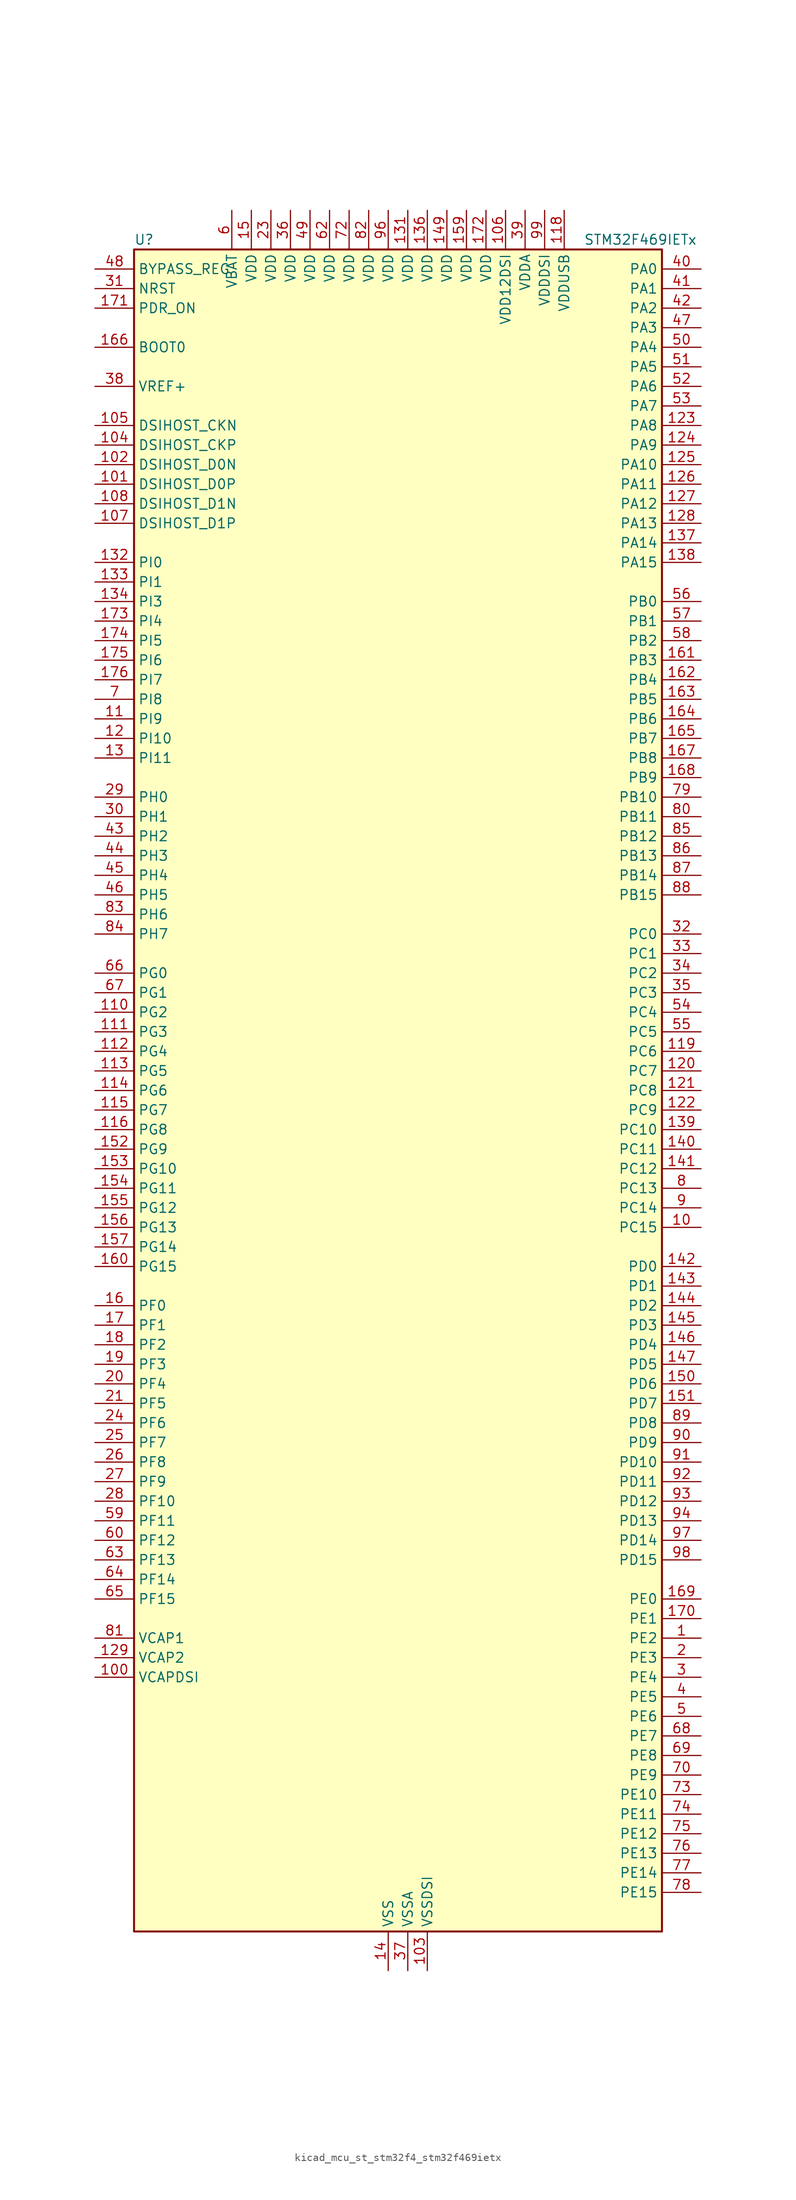
<source format=kicad_sym>
(kicad_symbol_lib
  (version 20220914)
  (generator kicad_symbol_editor)
  (symbol "kicad_mcu_st_stm32f4_stm32f469ietx"
    (property "Reference" "U"
      (at -33.02 110.49 0)
      (effects (font (size 1.27 1.27)) (justify left)))
    (property "Value" "STM32F469IETx"
      (at 25.4 110.49 0)
      (effects (font (size 1.27 1.27)) (justify left)))
    (property "ki_locked" ""
      (at 0 0 0)
      (effects (font (size 1.27 1.27))))
    (symbol "kicad_mcu_st_stm32f4_stm32f469ietx_0_1"
      (rectangle (start -33.02 -109.22) (end 35.56 109.22) (stroke (width 0.254) (type default)) (fill (type background))))
    (symbol "kicad_mcu_st_stm32f4_stm32f469ietx_1_1"
      (pin bidirectional line (at 40.64 -71.12 180) (length 5.08) (name "PE2" (effects (font (size 1.27 1.27)))) (number "1" (effects (font (size 1.27 1.27)))) (alternate "ETH_TXD3" bidirectional line) (alternate "FMC_A23" bidirectional line) (alternate "QUADSPI_BK1_IO2" bidirectional line) (alternate "SAI1_MCLK_A" bidirectional line) (alternate "SPI4_SCK" bidirectional line) (alternate "SYS_TRACECLK" bidirectional line))
      (pin bidirectional line (at 40.64 -17.78 180) (length 5.08) (name "PC15" (effects (font (size 1.27 1.27)))) (number "10" (effects (font (size 1.27 1.27)))) (alternate "ADC1_EXTI15" bidirectional line) (alternate "ADC2_EXTI15" bidirectional line) (alternate "ADC3_EXTI15" bidirectional line) (alternate "RCC_OSC32_OUT" bidirectional line))
      (pin power_out line (at -38.1 -76.2 0) (length 5.08) (name "VCAPDSI" (effects (font (size 1.27 1.27)))) (number "100" (effects (font (size 1.27 1.27)))))
      (pin bidirectional line (at -38.1 78.74 0) (length 5.08) (name "DSIHOST_D0P" (effects (font (size 1.27 1.27)))) (number "101" (effects (font (size 1.27 1.27)))) (alternate "DSIHOST_D0P" bidirectional line))
      (pin bidirectional line (at -38.1 81.28 0) (length 5.08) (name "DSIHOST_D0N" (effects (font (size 1.27 1.27)))) (number "102" (effects (font (size 1.27 1.27)))) (alternate "DSIHOST_D0N" bidirectional line))
      (pin power_in line (at 5.08 -114.3 90) (length 5.08) (name "VSSDSI" (effects (font (size 1.27 1.27)))) (number "103" (effects (font (size 1.27 1.27)))))
      (pin bidirectional line (at -38.1 83.82 0) (length 5.08) (name "DSIHOST_CKP" (effects (font (size 1.27 1.27)))) (number "104" (effects (font (size 1.27 1.27)))) (alternate "DSIHOST_CKP" bidirectional line))
      (pin bidirectional line (at -38.1 86.36 0) (length 5.08) (name "DSIHOST_CKN" (effects (font (size 1.27 1.27)))) (number "105" (effects (font (size 1.27 1.27)))) (alternate "DSIHOST_CKN" bidirectional line))
      (pin power_in line (at 15.24 114.3 270) (length 5.08) (name "VDD12DSI" (effects (font (size 1.27 1.27)))) (number "106" (effects (font (size 1.27 1.27)))))
      (pin bidirectional line (at -38.1 73.66 0) (length 5.08) (name "DSIHOST_D1P" (effects (font (size 1.27 1.27)))) (number "107" (effects (font (size 1.27 1.27)))) (alternate "DSIHOST_D1P" bidirectional line))
      (pin bidirectional line (at -38.1 76.2 0) (length 5.08) (name "DSIHOST_D1N" (effects (font (size 1.27 1.27)))) (number "108" (effects (font (size 1.27 1.27)))) (alternate "DSIHOST_D1N" bidirectional line))
      (pin passive line (at 5.08 -114.3 90) (length 5.08) hide (name "VSSDSI" (effects (font (size 1.27 1.27)))) (number "109" (effects (font (size 1.27 1.27)))))
      (pin bidirectional line (at -38.1 48.26 0) (length 5.08) (name "PI9" (effects (font (size 1.27 1.27)))) (number "11" (effects (font (size 1.27 1.27)))) (alternate "CAN1_RX" bidirectional line) (alternate "DAC_EXTI9" bidirectional line) (alternate "FMC_D30" bidirectional line) (alternate "LTDC_VSYNC" bidirectional line))
      (pin bidirectional line (at -38.1 10.16 0) (length 5.08) (name "PG2" (effects (font (size 1.27 1.27)))) (number "110" (effects (font (size 1.27 1.27)))) (alternate "FMC_A12" bidirectional line))
      (pin bidirectional line (at -38.1 7.62 0) (length 5.08) (name "PG3" (effects (font (size 1.27 1.27)))) (number "111" (effects (font (size 1.27 1.27)))) (alternate "FMC_A13" bidirectional line))
      (pin bidirectional line (at -38.1 5.08 0) (length 5.08) (name "PG4" (effects (font (size 1.27 1.27)))) (number "112" (effects (font (size 1.27 1.27)))) (alternate "FMC_A14" bidirectional line) (alternate "FMC_BA0" bidirectional line))
      (pin bidirectional line (at -38.1 2.54 0) (length 5.08) (name "PG5" (effects (font (size 1.27 1.27)))) (number "113" (effects (font (size 1.27 1.27)))) (alternate "FMC_A15" bidirectional line) (alternate "FMC_BA1" bidirectional line))
      (pin bidirectional line (at -38.1 0 0) (length 5.08) (name "PG6" (effects (font (size 1.27 1.27)))) (number "114" (effects (font (size 1.27 1.27)))) (alternate "DCMI_D12" bidirectional line) (alternate "LTDC_R7" bidirectional line))
      (pin bidirectional line (at -38.1 -2.54 0) (length 5.08) (name "PG7" (effects (font (size 1.27 1.27)))) (number "115" (effects (font (size 1.27 1.27)))) (alternate "DCMI_D13" bidirectional line) (alternate "FMC_INT" bidirectional line) (alternate "LTDC_CLK" bidirectional line) (alternate "SAI1_MCLK_A" bidirectional line) (alternate "USART6_CK" bidirectional line))
      (pin bidirectional line (at -38.1 -5.08 0) (length 5.08) (name "PG8" (effects (font (size 1.27 1.27)))) (number "116" (effects (font (size 1.27 1.27)))) (alternate "ETH_PPS_OUT" bidirectional line) (alternate "FMC_SDCLK" bidirectional line) (alternate "LTDC_G7" bidirectional line) (alternate "SPI6_NSS" bidirectional line) (alternate "USART6_RTS" bidirectional line))
      (pin passive line (at 0 -114.3 90) (length 5.08) hide (name "VSS" (effects (font (size 1.27 1.27)))) (number "117" (effects (font (size 1.27 1.27)))))
      (pin power_in line (at 22.86 114.3 270) (length 5.08) (name "VDDUSB" (effects (font (size 1.27 1.27)))) (number "118" (effects (font (size 1.27 1.27)))))
      (pin bidirectional line (at 40.64 5.08 180) (length 5.08) (name "PC6" (effects (font (size 1.27 1.27)))) (number "119" (effects (font (size 1.27 1.27)))) (alternate "DCMI_D0" bidirectional line) (alternate "I2S2_MCK" bidirectional line) (alternate "LTDC_HSYNC" bidirectional line) (alternate "SDIO_D6" bidirectional line) (alternate "TIM3_CH1" bidirectional line) (alternate "TIM8_CH1" bidirectional line) (alternate "USART6_TX" bidirectional line))
      (pin bidirectional line (at -38.1 45.72 0) (length 5.08) (name "PI10" (effects (font (size 1.27 1.27)))) (number "12" (effects (font (size 1.27 1.27)))) (alternate "ETH_RX_ER" bidirectional line) (alternate "FMC_D31" bidirectional line) (alternate "LTDC_HSYNC" bidirectional line))
      (pin bidirectional line (at 40.64 2.54 180) (length 5.08) (name "PC7" (effects (font (size 1.27 1.27)))) (number "120" (effects (font (size 1.27 1.27)))) (alternate "DCMI_D1" bidirectional line) (alternate "I2S3_MCK" bidirectional line) (alternate "LTDC_G6" bidirectional line) (alternate "SDIO_D7" bidirectional line) (alternate "TIM3_CH2" bidirectional line) (alternate "TIM8_CH2" bidirectional line) (alternate "USART6_RX" bidirectional line))
      (pin bidirectional line (at 40.64 0 180) (length 5.08) (name "PC8" (effects (font (size 1.27 1.27)))) (number "121" (effects (font (size 1.27 1.27)))) (alternate "DCMI_D2" bidirectional line) (alternate "SDIO_D0" bidirectional line) (alternate "SYS_TRACED1" bidirectional line) (alternate "TIM3_CH3" bidirectional line) (alternate "TIM8_CH3" bidirectional line) (alternate "USART6_CK" bidirectional line))
      (pin bidirectional line (at 40.64 -2.54 180) (length 5.08) (name "PC9" (effects (font (size 1.27 1.27)))) (number "122" (effects (font (size 1.27 1.27)))) (alternate "DAC_EXTI9" bidirectional line) (alternate "DCMI_D3" bidirectional line) (alternate "I2C3_SDA" bidirectional line) (alternate "I2S_CKIN" bidirectional line) (alternate "QUADSPI_BK1_IO0" bidirectional line) (alternate "RCC_MCO_2" bidirectional line) (alternate "SDIO_D1" bidirectional line) (alternate "TIM3_CH4" bidirectional line) (alternate "TIM8_CH4" bidirectional line))
      (pin bidirectional line (at 40.64 86.36 180) (length 5.08) (name "PA8" (effects (font (size 1.27 1.27)))) (number "123" (effects (font (size 1.27 1.27)))) (alternate "I2C3_SCL" bidirectional line) (alternate "LTDC_R6" bidirectional line) (alternate "RCC_MCO_1" bidirectional line) (alternate "TIM1_CH1" bidirectional line) (alternate "USART1_CK" bidirectional line) (alternate "USB_OTG_FS_SOF" bidirectional line))
      (pin bidirectional line (at 40.64 83.82 180) (length 5.08) (name "PA9" (effects (font (size 1.27 1.27)))) (number "124" (effects (font (size 1.27 1.27)))) (alternate "DAC_EXTI9" bidirectional line) (alternate "DCMI_D0" bidirectional line) (alternate "I2C3_SMBA" bidirectional line) (alternate "I2S2_CK" bidirectional line) (alternate "SPI2_SCK" bidirectional line) (alternate "TIM1_CH2" bidirectional line) (alternate "USART1_TX" bidirectional line) (alternate "USB_OTG_FS_VBUS" bidirectional line))
      (pin bidirectional line (at 40.64 81.28 180) (length 5.08) (name "PA10" (effects (font (size 1.27 1.27)))) (number "125" (effects (font (size 1.27 1.27)))) (alternate "DCMI_D1" bidirectional line) (alternate "TIM1_CH3" bidirectional line) (alternate "USART1_RX" bidirectional line) (alternate "USB_OTG_FS_ID" bidirectional line))
      (pin bidirectional line (at 40.64 78.74 180) (length 5.08) (name "PA11" (effects (font (size 1.27 1.27)))) (number "126" (effects (font (size 1.27 1.27)))) (alternate "ADC1_EXTI11" bidirectional line) (alternate "ADC2_EXTI11" bidirectional line) (alternate "ADC3_EXTI11" bidirectional line) (alternate "CAN1_RX" bidirectional line) (alternate "LTDC_R4" bidirectional line) (alternate "TIM1_CH4" bidirectional line) (alternate "USART1_CTS" bidirectional line) (alternate "USB_OTG_FS_DM" bidirectional line))
      (pin bidirectional line (at 40.64 76.2 180) (length 5.08) (name "PA12" (effects (font (size 1.27 1.27)))) (number "127" (effects (font (size 1.27 1.27)))) (alternate "CAN1_TX" bidirectional line) (alternate "LTDC_R5" bidirectional line) (alternate "TIM1_ETR" bidirectional line) (alternate "USART1_RTS" bidirectional line) (alternate "USB_OTG_FS_DP" bidirectional line))
      (pin bidirectional line (at 40.64 73.66 180) (length 5.08) (name "PA13" (effects (font (size 1.27 1.27)))) (number "128" (effects (font (size 1.27 1.27)))) (alternate "SYS_JTMS-SWDIO" bidirectional line))
      (pin power_out line (at -38.1 -73.66 0) (length 5.08) (name "VCAP2" (effects (font (size 1.27 1.27)))) (number "129" (effects (font (size 1.27 1.27)))))
      (pin bidirectional line (at -38.1 43.18 0) (length 5.08) (name "PI11" (effects (font (size 1.27 1.27)))) (number "13" (effects (font (size 1.27 1.27)))) (alternate "ADC1_EXTI11" bidirectional line) (alternate "ADC2_EXTI11" bidirectional line) (alternate "ADC3_EXTI11" bidirectional line) (alternate "LTDC_G6" bidirectional line) (alternate "USB_OTG_HS_ULPI_DIR" bidirectional line))
      (pin passive line (at 0 -114.3 90) (length 5.08) hide (name "VSS" (effects (font (size 1.27 1.27)))) (number "130" (effects (font (size 1.27 1.27)))))
      (pin power_in line (at 2.54 114.3 270) (length 5.08) (name "VDD" (effects (font (size 1.27 1.27)))) (number "131" (effects (font (size 1.27 1.27)))))
      (pin bidirectional line (at -38.1 68.58 0) (length 5.08) (name "PI0" (effects (font (size 1.27 1.27)))) (number "132" (effects (font (size 1.27 1.27)))) (alternate "DCMI_D13" bidirectional line) (alternate "FMC_D24" bidirectional line) (alternate "I2S2_WS" bidirectional line) (alternate "LTDC_G5" bidirectional line) (alternate "SPI2_NSS" bidirectional line) (alternate "TIM5_CH4" bidirectional line))
      (pin bidirectional line (at -38.1 66.04 0) (length 5.08) (name "PI1" (effects (font (size 1.27 1.27)))) (number "133" (effects (font (size 1.27 1.27)))) (alternate "DCMI_D8" bidirectional line) (alternate "FMC_D25" bidirectional line) (alternate "I2S2_CK" bidirectional line) (alternate "LTDC_G6" bidirectional line) (alternate "SPI2_SCK" bidirectional line))
      (pin bidirectional line (at -38.1 63.5 0) (length 5.08) (name "PI3" (effects (font (size 1.27 1.27)))) (number "134" (effects (font (size 1.27 1.27)))) (alternate "DCMI_D10" bidirectional line) (alternate "FMC_D27" bidirectional line) (alternate "I2S2_SD" bidirectional line) (alternate "SPI2_MOSI" bidirectional line) (alternate "TIM8_ETR" bidirectional line))
      (pin passive line (at 0 -114.3 90) (length 5.08) hide (name "VSS" (effects (font (size 1.27 1.27)))) (number "135" (effects (font (size 1.27 1.27)))))
      (pin power_in line (at 5.08 114.3 270) (length 5.08) (name "VDD" (effects (font (size 1.27 1.27)))) (number "136" (effects (font (size 1.27 1.27)))))
      (pin bidirectional line (at 40.64 71.12 180) (length 5.08) (name "PA14" (effects (font (size 1.27 1.27)))) (number "137" (effects (font (size 1.27 1.27)))) (alternate "SYS_JTCK-SWCLK" bidirectional line))
      (pin bidirectional line (at 40.64 68.58 180) (length 5.08) (name "PA15" (effects (font (size 1.27 1.27)))) (number "138" (effects (font (size 1.27 1.27)))) (alternate "ADC1_EXTI15" bidirectional line) (alternate "ADC2_EXTI15" bidirectional line) (alternate "ADC3_EXTI15" bidirectional line) (alternate "I2S3_WS" bidirectional line) (alternate "SPI1_NSS" bidirectional line) (alternate "SPI3_NSS" bidirectional line) (alternate "SYS_JTDI" bidirectional line) (alternate "TIM2_CH1" bidirectional line) (alternate "TIM2_ETR" bidirectional line))
      (pin bidirectional line (at 40.64 -5.08 180) (length 5.08) (name "PC10" (effects (font (size 1.27 1.27)))) (number "139" (effects (font (size 1.27 1.27)))) (alternate "DCMI_D8" bidirectional line) (alternate "I2S3_CK" bidirectional line) (alternate "LTDC_R2" bidirectional line) (alternate "QUADSPI_BK1_IO1" bidirectional line) (alternate "SDIO_D2" bidirectional line) (alternate "SPI3_SCK" bidirectional line) (alternate "UART4_TX" bidirectional line) (alternate "USART3_TX" bidirectional line))
      (pin power_in line (at 0 -114.3 90) (length 5.08) (name "VSS" (effects (font (size 1.27 1.27)))) (number "14" (effects (font (size 1.27 1.27)))))
      (pin bidirectional line (at 40.64 -7.62 180) (length 5.08) (name "PC11" (effects (font (size 1.27 1.27)))) (number "140" (effects (font (size 1.27 1.27)))) (alternate "ADC1_EXTI11" bidirectional line) (alternate "ADC2_EXTI11" bidirectional line) (alternate "ADC3_EXTI11" bidirectional line) (alternate "DCMI_D4" bidirectional line) (alternate "I2S3_ext_SD" bidirectional line) (alternate "QUADSPI_BK2_NCS" bidirectional line) (alternate "SDIO_D3" bidirectional line) (alternate "SPI3_MISO" bidirectional line) (alternate "UART4_RX" bidirectional line) (alternate "USART3_RX" bidirectional line))
      (pin bidirectional line (at 40.64 -10.16 180) (length 5.08) (name "PC12" (effects (font (size 1.27 1.27)))) (number "141" (effects (font (size 1.27 1.27)))) (alternate "DCMI_D9" bidirectional line) (alternate "I2S3_SD" bidirectional line) (alternate "SDIO_CK" bidirectional line) (alternate "SPI3_MOSI" bidirectional line) (alternate "SYS_TRACED3" bidirectional line) (alternate "UART5_TX" bidirectional line) (alternate "USART3_CK" bidirectional line))
      (pin bidirectional line (at 40.64 -22.86 180) (length 5.08) (name "PD0" (effects (font (size 1.27 1.27)))) (number "142" (effects (font (size 1.27 1.27)))) (alternate "CAN1_RX" bidirectional line) (alternate "FMC_D2" bidirectional line) (alternate "FMC_DA2" bidirectional line))
      (pin bidirectional line (at 40.64 -25.4 180) (length 5.08) (name "PD1" (effects (font (size 1.27 1.27)))) (number "143" (effects (font (size 1.27 1.27)))) (alternate "CAN1_TX" bidirectional line) (alternate "FMC_D3" bidirectional line) (alternate "FMC_DA3" bidirectional line))
      (pin bidirectional line (at 40.64 -27.94 180) (length 5.08) (name "PD2" (effects (font (size 1.27 1.27)))) (number "144" (effects (font (size 1.27 1.27)))) (alternate "DCMI_D11" bidirectional line) (alternate "SDIO_CMD" bidirectional line) (alternate "SYS_TRACED2" bidirectional line) (alternate "TIM3_ETR" bidirectional line) (alternate "UART5_RX" bidirectional line))
      (pin bidirectional line (at 40.64 -30.48 180) (length 5.08) (name "PD3" (effects (font (size 1.27 1.27)))) (number "145" (effects (font (size 1.27 1.27)))) (alternate "DCMI_D5" bidirectional line) (alternate "FMC_CLK" bidirectional line) (alternate "I2S2_CK" bidirectional line) (alternate "LTDC_G7" bidirectional line) (alternate "SPI2_SCK" bidirectional line) (alternate "USART2_CTS" bidirectional line))
      (pin bidirectional line (at 40.64 -33.02 180) (length 5.08) (name "PD4" (effects (font (size 1.27 1.27)))) (number "146" (effects (font (size 1.27 1.27)))) (alternate "FMC_NOE" bidirectional line) (alternate "USART2_RTS" bidirectional line))
      (pin bidirectional line (at 40.64 -35.56 180) (length 5.08) (name "PD5" (effects (font (size 1.27 1.27)))) (number "147" (effects (font (size 1.27 1.27)))) (alternate "FMC_NWE" bidirectional line) (alternate "USART2_TX" bidirectional line))
      (pin passive line (at 0 -114.3 90) (length 5.08) hide (name "VSS" (effects (font (size 1.27 1.27)))) (number "148" (effects (font (size 1.27 1.27)))))
      (pin power_in line (at 7.62 114.3 270) (length 5.08) (name "VDD" (effects (font (size 1.27 1.27)))) (number "149" (effects (font (size 1.27 1.27)))))
      (pin power_in line (at -17.78 114.3 270) (length 5.08) (name "VDD" (effects (font (size 1.27 1.27)))) (number "15" (effects (font (size 1.27 1.27)))))
      (pin bidirectional line (at 40.64 -38.1 180) (length 5.08) (name "PD6" (effects (font (size 1.27 1.27)))) (number "150" (effects (font (size 1.27 1.27)))) (alternate "DCMI_D10" bidirectional line) (alternate "FMC_NWAIT" bidirectional line) (alternate "I2S3_SD" bidirectional line) (alternate "LTDC_B2" bidirectional line) (alternate "SAI1_SD_A" bidirectional line) (alternate "SPI3_MOSI" bidirectional line) (alternate "USART2_RX" bidirectional line))
      (pin bidirectional line (at 40.64 -40.64 180) (length 5.08) (name "PD7" (effects (font (size 1.27 1.27)))) (number "151" (effects (font (size 1.27 1.27)))) (alternate "FMC_NE1" bidirectional line) (alternate "USART2_CK" bidirectional line))
      (pin bidirectional line (at -38.1 -7.62 0) (length 5.08) (name "PG9" (effects (font (size 1.27 1.27)))) (number "152" (effects (font (size 1.27 1.27)))) (alternate "DAC_EXTI9" bidirectional line) (alternate "DCMI_VSYNC" bidirectional line) (alternate "FMC_NCE" bidirectional line) (alternate "FMC_NE2" bidirectional line) (alternate "QUADSPI_BK2_IO2" bidirectional line) (alternate "USART6_RX" bidirectional line))
      (pin bidirectional line (at -38.1 -10.16 0) (length 5.08) (name "PG10" (effects (font (size 1.27 1.27)))) (number "153" (effects (font (size 1.27 1.27)))) (alternate "DCMI_D2" bidirectional line) (alternate "FMC_NE3" bidirectional line) (alternate "LTDC_B2" bidirectional line) (alternate "LTDC_G3" bidirectional line))
      (pin bidirectional line (at -38.1 -12.7 0) (length 5.08) (name "PG11" (effects (font (size 1.27 1.27)))) (number "154" (effects (font (size 1.27 1.27)))) (alternate "ADC1_EXTI11" bidirectional line) (alternate "ADC2_EXTI11" bidirectional line) (alternate "ADC3_EXTI11" bidirectional line) (alternate "DCMI_D3" bidirectional line) (alternate "ETH_TX_EN" bidirectional line) (alternate "LTDC_B3" bidirectional line))
      (pin bidirectional line (at -38.1 -15.24 0) (length 5.08) (name "PG12" (effects (font (size 1.27 1.27)))) (number "155" (effects (font (size 1.27 1.27)))) (alternate "FMC_NE4" bidirectional line) (alternate "LTDC_B1" bidirectional line) (alternate "LTDC_B4" bidirectional line) (alternate "SPI6_MISO" bidirectional line) (alternate "USART6_RTS" bidirectional line))
      (pin bidirectional line (at -38.1 -17.78 0) (length 5.08) (name "PG13" (effects (font (size 1.27 1.27)))) (number "156" (effects (font (size 1.27 1.27)))) (alternate "ETH_TXD0" bidirectional line) (alternate "FMC_A24" bidirectional line) (alternate "LTDC_R0" bidirectional line) (alternate "SPI6_SCK" bidirectional line) (alternate "SYS_TRACED0" bidirectional line) (alternate "USART6_CTS" bidirectional line))
      (pin bidirectional line (at -38.1 -20.32 0) (length 5.08) (name "PG14" (effects (font (size 1.27 1.27)))) (number "157" (effects (font (size 1.27 1.27)))) (alternate "ETH_TXD1" bidirectional line) (alternate "FMC_A25" bidirectional line) (alternate "LTDC_B0" bidirectional line) (alternate "QUADSPI_BK2_IO3" bidirectional line) (alternate "SPI6_MOSI" bidirectional line) (alternate "SYS_TRACED1" bidirectional line) (alternate "USART6_TX" bidirectional line))
      (pin passive line (at 0 -114.3 90) (length 5.08) hide (name "VSS" (effects (font (size 1.27 1.27)))) (number "158" (effects (font (size 1.27 1.27)))))
      (pin power_in line (at 10.16 114.3 270) (length 5.08) (name "VDD" (effects (font (size 1.27 1.27)))) (number "159" (effects (font (size 1.27 1.27)))))
      (pin bidirectional line (at -38.1 -27.94 0) (length 5.08) (name "PF0" (effects (font (size 1.27 1.27)))) (number "16" (effects (font (size 1.27 1.27)))) (alternate "FMC_A0" bidirectional line) (alternate "I2C2_SDA" bidirectional line))
      (pin bidirectional line (at -38.1 -22.86 0) (length 5.08) (name "PG15" (effects (font (size 1.27 1.27)))) (number "160" (effects (font (size 1.27 1.27)))) (alternate "ADC1_EXTI15" bidirectional line) (alternate "ADC2_EXTI15" bidirectional line) (alternate "ADC3_EXTI15" bidirectional line) (alternate "DCMI_D13" bidirectional line) (alternate "FMC_SDNCAS" bidirectional line) (alternate "USART6_CTS" bidirectional line))
      (pin bidirectional line (at 40.64 55.88 180) (length 5.08) (name "PB3" (effects (font (size 1.27 1.27)))) (number "161" (effects (font (size 1.27 1.27)))) (alternate "I2S3_CK" bidirectional line) (alternate "SPI1_SCK" bidirectional line) (alternate "SPI3_SCK" bidirectional line) (alternate "SYS_JTDO-SWO" bidirectional line) (alternate "TIM2_CH2" bidirectional line))
      (pin bidirectional line (at 40.64 53.34 180) (length 5.08) (name "PB4" (effects (font (size 1.27 1.27)))) (number "162" (effects (font (size 1.27 1.27)))) (alternate "I2S3_ext_SD" bidirectional line) (alternate "SPI1_MISO" bidirectional line) (alternate "SPI3_MISO" bidirectional line) (alternate "SYS_JTRST" bidirectional line) (alternate "TIM3_CH1" bidirectional line))
      (pin bidirectional line (at 40.64 50.8 180) (length 5.08) (name "PB5" (effects (font (size 1.27 1.27)))) (number "163" (effects (font (size 1.27 1.27)))) (alternate "CAN2_RX" bidirectional line) (alternate "DCMI_D10" bidirectional line) (alternate "ETH_PPS_OUT" bidirectional line) (alternate "FMC_SDCKE1" bidirectional line) (alternate "I2C1_SMBA" bidirectional line) (alternate "I2S3_SD" bidirectional line) (alternate "LTDC_G7" bidirectional line) (alternate "SPI1_MOSI" bidirectional line) (alternate "SPI3_MOSI" bidirectional line) (alternate "TIM3_CH2" bidirectional line) (alternate "USB_OTG_HS_ULPI_D7" bidirectional line))
      (pin bidirectional line (at 40.64 48.26 180) (length 5.08) (name "PB6" (effects (font (size 1.27 1.27)))) (number "164" (effects (font (size 1.27 1.27)))) (alternate "CAN2_TX" bidirectional line) (alternate "DCMI_D5" bidirectional line) (alternate "FMC_SDNE1" bidirectional line) (alternate "I2C1_SCL" bidirectional line) (alternate "QUADSPI_BK1_NCS" bidirectional line) (alternate "TIM4_CH1" bidirectional line) (alternate "USART1_TX" bidirectional line))
      (pin bidirectional line (at 40.64 45.72 180) (length 5.08) (name "PB7" (effects (font (size 1.27 1.27)))) (number "165" (effects (font (size 1.27 1.27)))) (alternate "DCMI_VSYNC" bidirectional line) (alternate "FMC_NL" bidirectional line) (alternate "I2C1_SDA" bidirectional line) (alternate "TIM4_CH2" bidirectional line) (alternate "USART1_RX" bidirectional line))
      (pin input line (at -38.1 96.52 0) (length 5.08) (name "BOOT0" (effects (font (size 1.27 1.27)))) (number "166" (effects (font (size 1.27 1.27)))))
      (pin bidirectional line (at 40.64 43.18 180) (length 5.08) (name "PB8" (effects (font (size 1.27 1.27)))) (number "167" (effects (font (size 1.27 1.27)))) (alternate "CAN1_RX" bidirectional line) (alternate "DCMI_D6" bidirectional line) (alternate "ETH_TXD3" bidirectional line) (alternate "I2C1_SCL" bidirectional line) (alternate "LTDC_B6" bidirectional line) (alternate "SDIO_D4" bidirectional line) (alternate "TIM10_CH1" bidirectional line) (alternate "TIM4_CH3" bidirectional line))
      (pin bidirectional line (at 40.64 40.64 180) (length 5.08) (name "PB9" (effects (font (size 1.27 1.27)))) (number "168" (effects (font (size 1.27 1.27)))) (alternate "CAN1_TX" bidirectional line) (alternate "DAC_EXTI9" bidirectional line) (alternate "DCMI_D7" bidirectional line) (alternate "I2C1_SDA" bidirectional line) (alternate "I2S2_WS" bidirectional line) (alternate "LTDC_B7" bidirectional line) (alternate "SDIO_D5" bidirectional line) (alternate "SPI2_NSS" bidirectional line) (alternate "TIM11_CH1" bidirectional line) (alternate "TIM4_CH4" bidirectional line))
      (pin bidirectional line (at 40.64 -66.04 180) (length 5.08) (name "PE0" (effects (font (size 1.27 1.27)))) (number "169" (effects (font (size 1.27 1.27)))) (alternate "DCMI_D2" bidirectional line) (alternate "FMC_NBL0" bidirectional line) (alternate "TIM4_ETR" bidirectional line) (alternate "UART8_RX" bidirectional line))
      (pin bidirectional line (at -38.1 -30.48 0) (length 5.08) (name "PF1" (effects (font (size 1.27 1.27)))) (number "17" (effects (font (size 1.27 1.27)))) (alternate "FMC_A1" bidirectional line) (alternate "I2C2_SCL" bidirectional line))
      (pin bidirectional line (at 40.64 -68.58 180) (length 5.08) (name "PE1" (effects (font (size 1.27 1.27)))) (number "170" (effects (font (size 1.27 1.27)))) (alternate "DCMI_D3" bidirectional line) (alternate "FMC_NBL1" bidirectional line) (alternate "UART8_TX" bidirectional line))
      (pin input line (at -38.1 101.6 0) (length 5.08) (name "PDR_ON" (effects (font (size 1.27 1.27)))) (number "171" (effects (font (size 1.27 1.27)))))
      (pin power_in line (at 12.7 114.3 270) (length 5.08) (name "VDD" (effects (font (size 1.27 1.27)))) (number "172" (effects (font (size 1.27 1.27)))))
      (pin bidirectional line (at -38.1 60.96 0) (length 5.08) (name "PI4" (effects (font (size 1.27 1.27)))) (number "173" (effects (font (size 1.27 1.27)))) (alternate "DCMI_D5" bidirectional line) (alternate "FMC_NBL2" bidirectional line) (alternate "LTDC_B4" bidirectional line) (alternate "TIM8_BKIN" bidirectional line))
      (pin bidirectional line (at -38.1 58.42 0) (length 5.08) (name "PI5" (effects (font (size 1.27 1.27)))) (number "174" (effects (font (size 1.27 1.27)))) (alternate "DCMI_VSYNC" bidirectional line) (alternate "FMC_NBL3" bidirectional line) (alternate "LTDC_B5" bidirectional line) (alternate "TIM8_CH1" bidirectional line))
      (pin bidirectional line (at -38.1 55.88 0) (length 5.08) (name "PI6" (effects (font (size 1.27 1.27)))) (number "175" (effects (font (size 1.27 1.27)))) (alternate "DCMI_D6" bidirectional line) (alternate "FMC_D28" bidirectional line) (alternate "LTDC_B6" bidirectional line) (alternate "TIM8_CH2" bidirectional line))
      (pin bidirectional line (at -38.1 53.34 0) (length 5.08) (name "PI7" (effects (font (size 1.27 1.27)))) (number "176" (effects (font (size 1.27 1.27)))) (alternate "DCMI_D7" bidirectional line) (alternate "FMC_D29" bidirectional line) (alternate "LTDC_B7" bidirectional line) (alternate "TIM8_CH3" bidirectional line))
      (pin bidirectional line (at -38.1 -33.02 0) (length 5.08) (name "PF2" (effects (font (size 1.27 1.27)))) (number "18" (effects (font (size 1.27 1.27)))) (alternate "FMC_A2" bidirectional line) (alternate "I2C2_SMBA" bidirectional line))
      (pin bidirectional line (at -38.1 -35.56 0) (length 5.08) (name "PF3" (effects (font (size 1.27 1.27)))) (number "19" (effects (font (size 1.27 1.27)))) (alternate "ADC3_IN9" bidirectional line) (alternate "FMC_A3" bidirectional line))
      (pin bidirectional line (at 40.64 -73.66 180) (length 5.08) (name "PE3" (effects (font (size 1.27 1.27)))) (number "2" (effects (font (size 1.27 1.27)))) (alternate "FMC_A19" bidirectional line) (alternate "SAI1_SD_B" bidirectional line) (alternate "SYS_TRACED0" bidirectional line))
      (pin bidirectional line (at -38.1 -38.1 0) (length 5.08) (name "PF4" (effects (font (size 1.27 1.27)))) (number "20" (effects (font (size 1.27 1.27)))) (alternate "ADC3_IN14" bidirectional line) (alternate "FMC_A4" bidirectional line))
      (pin bidirectional line (at -38.1 -40.64 0) (length 5.08) (name "PF5" (effects (font (size 1.27 1.27)))) (number "21" (effects (font (size 1.27 1.27)))) (alternate "ADC3_IN15" bidirectional line) (alternate "FMC_A5" bidirectional line))
      (pin passive line (at 0 -114.3 90) (length 5.08) hide (name "VSS" (effects (font (size 1.27 1.27)))) (number "22" (effects (font (size 1.27 1.27)))))
      (pin power_in line (at -15.24 114.3 270) (length 5.08) (name "VDD" (effects (font (size 1.27 1.27)))) (number "23" (effects (font (size 1.27 1.27)))))
      (pin bidirectional line (at -38.1 -43.18 0) (length 5.08) (name "PF6" (effects (font (size 1.27 1.27)))) (number "24" (effects (font (size 1.27 1.27)))) (alternate "ADC3_IN4" bidirectional line) (alternate "QUADSPI_BK1_IO3" bidirectional line) (alternate "SAI1_SD_B" bidirectional line) (alternate "SPI5_NSS" bidirectional line) (alternate "TIM10_CH1" bidirectional line) (alternate "UART7_RX" bidirectional line))
      (pin bidirectional line (at -38.1 -45.72 0) (length 5.08) (name "PF7" (effects (font (size 1.27 1.27)))) (number "25" (effects (font (size 1.27 1.27)))) (alternate "ADC3_IN5" bidirectional line) (alternate "QUADSPI_BK1_IO2" bidirectional line) (alternate "SAI1_MCLK_B" bidirectional line) (alternate "SPI5_SCK" bidirectional line) (alternate "TIM11_CH1" bidirectional line) (alternate "UART7_TX" bidirectional line))
      (pin bidirectional line (at -38.1 -48.26 0) (length 5.08) (name "PF8" (effects (font (size 1.27 1.27)))) (number "26" (effects (font (size 1.27 1.27)))) (alternate "ADC3_IN6" bidirectional line) (alternate "QUADSPI_BK1_IO0" bidirectional line) (alternate "SAI1_SCK_B" bidirectional line) (alternate "SPI5_MISO" bidirectional line) (alternate "TIM13_CH1" bidirectional line))
      (pin bidirectional line (at -38.1 -50.8 0) (length 5.08) (name "PF9" (effects (font (size 1.27 1.27)))) (number "27" (effects (font (size 1.27 1.27)))) (alternate "ADC3_IN7" bidirectional line) (alternate "DAC_EXTI9" bidirectional line) (alternate "QUADSPI_BK1_IO1" bidirectional line) (alternate "SAI1_FS_B" bidirectional line) (alternate "SPI5_MOSI" bidirectional line) (alternate "TIM14_CH1" bidirectional line))
      (pin bidirectional line (at -38.1 -53.34 0) (length 5.08) (name "PF10" (effects (font (size 1.27 1.27)))) (number "28" (effects (font (size 1.27 1.27)))) (alternate "ADC3_IN8" bidirectional line) (alternate "DCMI_D11" bidirectional line) (alternate "LTDC_DE" bidirectional line) (alternate "QUADSPI_CLK" bidirectional line))
      (pin bidirectional line (at -38.1 38.1 0) (length 5.08) (name "PH0" (effects (font (size 1.27 1.27)))) (number "29" (effects (font (size 1.27 1.27)))) (alternate "RCC_OSC_IN" bidirectional line))
      (pin bidirectional line (at 40.64 -76.2 180) (length 5.08) (name "PE4" (effects (font (size 1.27 1.27)))) (number "3" (effects (font (size 1.27 1.27)))) (alternate "DCMI_D4" bidirectional line) (alternate "FMC_A20" bidirectional line) (alternate "LTDC_B0" bidirectional line) (alternate "SAI1_FS_A" bidirectional line) (alternate "SPI4_NSS" bidirectional line) (alternate "SYS_TRACED1" bidirectional line))
      (pin bidirectional line (at -38.1 35.56 0) (length 5.08) (name "PH1" (effects (font (size 1.27 1.27)))) (number "30" (effects (font (size 1.27 1.27)))) (alternate "RCC_OSC_OUT" bidirectional line))
      (pin input line (at -38.1 104.14 0) (length 5.08) (name "NRST" (effects (font (size 1.27 1.27)))) (number "31" (effects (font (size 1.27 1.27)))))
      (pin bidirectional line (at 40.64 20.32 180) (length 5.08) (name "PC0" (effects (font (size 1.27 1.27)))) (number "32" (effects (font (size 1.27 1.27)))) (alternate "ADC1_IN10" bidirectional line) (alternate "ADC2_IN10" bidirectional line) (alternate "ADC3_IN10" bidirectional line) (alternate "FMC_SDNWE" bidirectional line) (alternate "LTDC_R5" bidirectional line) (alternate "USB_OTG_HS_ULPI_STP" bidirectional line))
      (pin bidirectional line (at 40.64 17.78 180) (length 5.08) (name "PC1" (effects (font (size 1.27 1.27)))) (number "33" (effects (font (size 1.27 1.27)))) (alternate "ADC1_IN11" bidirectional line) (alternate "ADC2_IN11" bidirectional line) (alternate "ADC3_IN11" bidirectional line) (alternate "ETH_MDC" bidirectional line) (alternate "I2S2_SD" bidirectional line) (alternate "SAI1_SD_A" bidirectional line) (alternate "SPI2_MOSI" bidirectional line) (alternate "SYS_TRACED0" bidirectional line))
      (pin bidirectional line (at 40.64 15.24 180) (length 5.08) (name "PC2" (effects (font (size 1.27 1.27)))) (number "34" (effects (font (size 1.27 1.27)))) (alternate "ADC1_IN12" bidirectional line) (alternate "ADC2_IN12" bidirectional line) (alternate "ADC3_IN12" bidirectional line) (alternate "ETH_TXD2" bidirectional line) (alternate "FMC_SDNE0" bidirectional line) (alternate "I2S2_ext_SD" bidirectional line) (alternate "SPI2_MISO" bidirectional line) (alternate "USB_OTG_HS_ULPI_DIR" bidirectional line))
      (pin bidirectional line (at 40.64 12.7 180) (length 5.08) (name "PC3" (effects (font (size 1.27 1.27)))) (number "35" (effects (font (size 1.27 1.27)))) (alternate "ADC1_IN13" bidirectional line) (alternate "ADC2_IN13" bidirectional line) (alternate "ADC3_IN13" bidirectional line) (alternate "ETH_TX_CLK" bidirectional line) (alternate "FMC_SDCKE0" bidirectional line) (alternate "I2S2_SD" bidirectional line) (alternate "SPI2_MOSI" bidirectional line) (alternate "USB_OTG_HS_ULPI_NXT" bidirectional line))
      (pin power_in line (at -12.7 114.3 270) (length 5.08) (name "VDD" (effects (font (size 1.27 1.27)))) (number "36" (effects (font (size 1.27 1.27)))))
      (pin power_in line (at 2.54 -114.3 90) (length 5.08) (name "VSSA" (effects (font (size 1.27 1.27)))) (number "37" (effects (font (size 1.27 1.27)))))
      (pin input line (at -38.1 91.44 0) (length 5.08) (name "VREF+" (effects (font (size 1.27 1.27)))) (number "38" (effects (font (size 1.27 1.27)))))
      (pin power_in line (at 17.78 114.3 270) (length 5.08) (name "VDDA" (effects (font (size 1.27 1.27)))) (number "39" (effects (font (size 1.27 1.27)))))
      (pin bidirectional line (at 40.64 -78.74 180) (length 5.08) (name "PE5" (effects (font (size 1.27 1.27)))) (number "4" (effects (font (size 1.27 1.27)))) (alternate "DCMI_D6" bidirectional line) (alternate "FMC_A21" bidirectional line) (alternate "LTDC_G0" bidirectional line) (alternate "SAI1_SCK_A" bidirectional line) (alternate "SPI4_MISO" bidirectional line) (alternate "SYS_TRACED2" bidirectional line) (alternate "TIM9_CH1" bidirectional line))
      (pin bidirectional line (at 40.64 106.68 180) (length 5.08) (name "PA0" (effects (font (size 1.27 1.27)))) (number "40" (effects (font (size 1.27 1.27)))) (alternate "ADC1_IN0" bidirectional line) (alternate "ADC2_IN0" bidirectional line) (alternate "ADC3_IN0" bidirectional line) (alternate "ETH_CRS" bidirectional line) (alternate "SYS_WKUP" bidirectional line) (alternate "TIM2_CH1" bidirectional line) (alternate "TIM2_ETR" bidirectional line) (alternate "TIM5_CH1" bidirectional line) (alternate "TIM8_ETR" bidirectional line) (alternate "UART4_TX" bidirectional line) (alternate "USART2_CTS" bidirectional line))
      (pin bidirectional line (at 40.64 104.14 180) (length 5.08) (name "PA1" (effects (font (size 1.27 1.27)))) (number "41" (effects (font (size 1.27 1.27)))) (alternate "ADC1_IN1" bidirectional line) (alternate "ADC2_IN1" bidirectional line) (alternate "ADC3_IN1" bidirectional line) (alternate "ETH_REF_CLK" bidirectional line) (alternate "ETH_RX_CLK" bidirectional line) (alternate "LTDC_R2" bidirectional line) (alternate "QUADSPI_BK1_IO3" bidirectional line) (alternate "TIM2_CH2" bidirectional line) (alternate "TIM5_CH2" bidirectional line) (alternate "UART4_RX" bidirectional line) (alternate "USART2_RTS" bidirectional line))
      (pin bidirectional line (at 40.64 101.6 180) (length 5.08) (name "PA2" (effects (font (size 1.27 1.27)))) (number "42" (effects (font (size 1.27 1.27)))) (alternate "ADC1_IN2" bidirectional line) (alternate "ADC2_IN2" bidirectional line) (alternate "ADC3_IN2" bidirectional line) (alternate "ETH_MDIO" bidirectional line) (alternate "LTDC_R1" bidirectional line) (alternate "TIM2_CH3" bidirectional line) (alternate "TIM5_CH3" bidirectional line) (alternate "TIM9_CH1" bidirectional line) (alternate "USART2_TX" bidirectional line))
      (pin bidirectional line (at -38.1 33.02 0) (length 5.08) (name "PH2" (effects (font (size 1.27 1.27)))) (number "43" (effects (font (size 1.27 1.27)))) (alternate "ETH_CRS" bidirectional line) (alternate "FMC_SDCKE0" bidirectional line) (alternate "LTDC_R0" bidirectional line) (alternate "QUADSPI_BK2_IO0" bidirectional line))
      (pin bidirectional line (at -38.1 30.48 0) (length 5.08) (name "PH3" (effects (font (size 1.27 1.27)))) (number "44" (effects (font (size 1.27 1.27)))) (alternate "ETH_COL" bidirectional line) (alternate "FMC_SDNE0" bidirectional line) (alternate "LTDC_R1" bidirectional line) (alternate "QUADSPI_BK2_IO1" bidirectional line))
      (pin bidirectional line (at -38.1 27.94 0) (length 5.08) (name "PH4" (effects (font (size 1.27 1.27)))) (number "45" (effects (font (size 1.27 1.27)))) (alternate "I2C2_SCL" bidirectional line) (alternate "LTDC_G4" bidirectional line) (alternate "LTDC_G5" bidirectional line) (alternate "USB_OTG_HS_ULPI_NXT" bidirectional line))
      (pin bidirectional line (at -38.1 25.4 0) (length 5.08) (name "PH5" (effects (font (size 1.27 1.27)))) (number "46" (effects (font (size 1.27 1.27)))) (alternate "FMC_SDNWE" bidirectional line) (alternate "I2C2_SDA" bidirectional line) (alternate "SPI5_NSS" bidirectional line))
      (pin bidirectional line (at 40.64 99.06 180) (length 5.08) (name "PA3" (effects (font (size 1.27 1.27)))) (number "47" (effects (font (size 1.27 1.27)))) (alternate "ADC1_IN3" bidirectional line) (alternate "ADC2_IN3" bidirectional line) (alternate "ADC3_IN3" bidirectional line) (alternate "ETH_COL" bidirectional line) (alternate "LTDC_B2" bidirectional line) (alternate "LTDC_B5" bidirectional line) (alternate "TIM2_CH4" bidirectional line) (alternate "TIM5_CH4" bidirectional line) (alternate "TIM9_CH2" bidirectional line) (alternate "USART2_RX" bidirectional line) (alternate "USB_OTG_HS_ULPI_D0" bidirectional line))
      (pin input line (at -38.1 106.68 0) (length 5.08) (name "BYPASS_REG" (effects (font (size 1.27 1.27)))) (number "48" (effects (font (size 1.27 1.27)))))
      (pin power_in line (at -10.16 114.3 270) (length 5.08) (name "VDD" (effects (font (size 1.27 1.27)))) (number "49" (effects (font (size 1.27 1.27)))))
      (pin bidirectional line (at 40.64 -81.28 180) (length 5.08) (name "PE6" (effects (font (size 1.27 1.27)))) (number "5" (effects (font (size 1.27 1.27)))) (alternate "DCMI_D7" bidirectional line) (alternate "FMC_A22" bidirectional line) (alternate "LTDC_G1" bidirectional line) (alternate "SAI1_SD_A" bidirectional line) (alternate "SPI4_MOSI" bidirectional line) (alternate "SYS_TRACED3" bidirectional line) (alternate "TIM9_CH2" bidirectional line))
      (pin bidirectional line (at 40.64 96.52 180) (length 5.08) (name "PA4" (effects (font (size 1.27 1.27)))) (number "50" (effects (font (size 1.27 1.27)))) (alternate "ADC1_IN4" bidirectional line) (alternate "ADC2_IN4" bidirectional line) (alternate "DAC_OUT1" bidirectional line) (alternate "DCMI_HSYNC" bidirectional line) (alternate "I2S3_WS" bidirectional line) (alternate "LTDC_VSYNC" bidirectional line) (alternate "SPI1_NSS" bidirectional line) (alternate "SPI3_NSS" bidirectional line) (alternate "USART2_CK" bidirectional line) (alternate "USB_OTG_HS_SOF" bidirectional line))
      (pin bidirectional line (at 40.64 93.98 180) (length 5.08) (name "PA5" (effects (font (size 1.27 1.27)))) (number "51" (effects (font (size 1.27 1.27)))) (alternate "ADC1_IN5" bidirectional line) (alternate "ADC2_IN5" bidirectional line) (alternate "DAC_OUT2" bidirectional line) (alternate "LTDC_R4" bidirectional line) (alternate "SPI1_SCK" bidirectional line) (alternate "TIM2_CH1" bidirectional line) (alternate "TIM2_ETR" bidirectional line) (alternate "TIM8_CH1N" bidirectional line) (alternate "USB_OTG_HS_ULPI_CK" bidirectional line))
      (pin bidirectional line (at 40.64 91.44 180) (length 5.08) (name "PA6" (effects (font (size 1.27 1.27)))) (number "52" (effects (font (size 1.27 1.27)))) (alternate "ADC1_IN6" bidirectional line) (alternate "ADC2_IN6" bidirectional line) (alternate "DCMI_PIXCLK" bidirectional line) (alternate "LTDC_G2" bidirectional line) (alternate "SPI1_MISO" bidirectional line) (alternate "TIM13_CH1" bidirectional line) (alternate "TIM1_BKIN" bidirectional line) (alternate "TIM3_CH1" bidirectional line) (alternate "TIM8_BKIN" bidirectional line))
      (pin bidirectional line (at 40.64 88.9 180) (length 5.08) (name "PA7" (effects (font (size 1.27 1.27)))) (number "53" (effects (font (size 1.27 1.27)))) (alternate "ADC1_IN7" bidirectional line) (alternate "ADC2_IN7" bidirectional line) (alternate "ETH_CRS_DV" bidirectional line) (alternate "ETH_RX_DV" bidirectional line) (alternate "FMC_SDNWE" bidirectional line) (alternate "QUADSPI_CLK" bidirectional line) (alternate "SPI1_MOSI" bidirectional line) (alternate "TIM14_CH1" bidirectional line) (alternate "TIM1_CH1N" bidirectional line) (alternate "TIM3_CH2" bidirectional line) (alternate "TIM8_CH1N" bidirectional line))
      (pin bidirectional line (at 40.64 10.16 180) (length 5.08) (name "PC4" (effects (font (size 1.27 1.27)))) (number "54" (effects (font (size 1.27 1.27)))) (alternate "ADC1_IN14" bidirectional line) (alternate "ADC2_IN14" bidirectional line) (alternate "ETH_RXD0" bidirectional line) (alternate "FMC_SDNE0" bidirectional line))
      (pin bidirectional line (at 40.64 7.62 180) (length 5.08) (name "PC5" (effects (font (size 1.27 1.27)))) (number "55" (effects (font (size 1.27 1.27)))) (alternate "ADC1_IN15" bidirectional line) (alternate "ADC2_IN15" bidirectional line) (alternate "ETH_RXD1" bidirectional line) (alternate "FMC_SDCKE0" bidirectional line))
      (pin bidirectional line (at 40.64 63.5 180) (length 5.08) (name "PB0" (effects (font (size 1.27 1.27)))) (number "56" (effects (font (size 1.27 1.27)))) (alternate "ADC1_IN8" bidirectional line) (alternate "ADC2_IN8" bidirectional line) (alternate "ETH_RXD2" bidirectional line) (alternate "LTDC_G1" bidirectional line) (alternate "LTDC_R3" bidirectional line) (alternate "TIM1_CH2N" bidirectional line) (alternate "TIM3_CH3" bidirectional line) (alternate "TIM8_CH2N" bidirectional line) (alternate "USB_OTG_HS_ULPI_D1" bidirectional line))
      (pin bidirectional line (at 40.64 60.96 180) (length 5.08) (name "PB1" (effects (font (size 1.27 1.27)))) (number "57" (effects (font (size 1.27 1.27)))) (alternate "ADC1_IN9" bidirectional line) (alternate "ADC2_IN9" bidirectional line) (alternate "ETH_RXD3" bidirectional line) (alternate "LTDC_G0" bidirectional line) (alternate "LTDC_R6" bidirectional line) (alternate "TIM1_CH3N" bidirectional line) (alternate "TIM3_CH4" bidirectional line) (alternate "TIM8_CH3N" bidirectional line) (alternate "USB_OTG_HS_ULPI_D2" bidirectional line))
      (pin bidirectional line (at 40.64 58.42 180) (length 5.08) (name "PB2" (effects (font (size 1.27 1.27)))) (number "58" (effects (font (size 1.27 1.27)))))
      (pin bidirectional line (at -38.1 -55.88 0) (length 5.08) (name "PF11" (effects (font (size 1.27 1.27)))) (number "59" (effects (font (size 1.27 1.27)))) (alternate "ADC1_EXTI11" bidirectional line) (alternate "ADC2_EXTI11" bidirectional line) (alternate "ADC3_EXTI11" bidirectional line) (alternate "DCMI_D12" bidirectional line) (alternate "FMC_SDNRAS" bidirectional line) (alternate "SPI5_MOSI" bidirectional line))
      (pin power_in line (at -20.32 114.3 270) (length 5.08) (name "VBAT" (effects (font (size 1.27 1.27)))) (number "6" (effects (font (size 1.27 1.27)))))
      (pin bidirectional line (at -38.1 -58.42 0) (length 5.08) (name "PF12" (effects (font (size 1.27 1.27)))) (number "60" (effects (font (size 1.27 1.27)))) (alternate "FMC_A6" bidirectional line))
      (pin passive line (at 0 -114.3 90) (length 5.08) hide (name "VSS" (effects (font (size 1.27 1.27)))) (number "61" (effects (font (size 1.27 1.27)))))
      (pin power_in line (at -7.62 114.3 270) (length 5.08) (name "VDD" (effects (font (size 1.27 1.27)))) (number "62" (effects (font (size 1.27 1.27)))))
      (pin bidirectional line (at -38.1 -60.96 0) (length 5.08) (name "PF13" (effects (font (size 1.27 1.27)))) (number "63" (effects (font (size 1.27 1.27)))) (alternate "FMC_A7" bidirectional line))
      (pin bidirectional line (at -38.1 -63.5 0) (length 5.08) (name "PF14" (effects (font (size 1.27 1.27)))) (number "64" (effects (font (size 1.27 1.27)))) (alternate "FMC_A8" bidirectional line))
      (pin bidirectional line (at -38.1 -66.04 0) (length 5.08) (name "PF15" (effects (font (size 1.27 1.27)))) (number "65" (effects (font (size 1.27 1.27)))) (alternate "ADC1_EXTI15" bidirectional line) (alternate "ADC2_EXTI15" bidirectional line) (alternate "ADC3_EXTI15" bidirectional line) (alternate "FMC_A9" bidirectional line))
      (pin bidirectional line (at -38.1 15.24 0) (length 5.08) (name "PG0" (effects (font (size 1.27 1.27)))) (number "66" (effects (font (size 1.27 1.27)))) (alternate "FMC_A10" bidirectional line))
      (pin bidirectional line (at -38.1 12.7 0) (length 5.08) (name "PG1" (effects (font (size 1.27 1.27)))) (number "67" (effects (font (size 1.27 1.27)))) (alternate "FMC_A11" bidirectional line))
      (pin bidirectional line (at 40.64 -83.82 180) (length 5.08) (name "PE7" (effects (font (size 1.27 1.27)))) (number "68" (effects (font (size 1.27 1.27)))) (alternate "FMC_D4" bidirectional line) (alternate "FMC_DA4" bidirectional line) (alternate "QUADSPI_BK2_IO0" bidirectional line) (alternate "TIM1_ETR" bidirectional line) (alternate "UART7_RX" bidirectional line))
      (pin bidirectional line (at 40.64 -86.36 180) (length 5.08) (name "PE8" (effects (font (size 1.27 1.27)))) (number "69" (effects (font (size 1.27 1.27)))) (alternate "FMC_D5" bidirectional line) (alternate "FMC_DA5" bidirectional line) (alternate "QUADSPI_BK2_IO1" bidirectional line) (alternate "TIM1_CH1N" bidirectional line) (alternate "UART7_TX" bidirectional line))
      (pin bidirectional line (at -38.1 50.8 0) (length 5.08) (name "PI8" (effects (font (size 1.27 1.27)))) (number "7" (effects (font (size 1.27 1.27)))) (alternate "RTC_AF1" bidirectional line) (alternate "RTC_AF2" bidirectional line))
      (pin bidirectional line (at 40.64 -88.9 180) (length 5.08) (name "PE9" (effects (font (size 1.27 1.27)))) (number "70" (effects (font (size 1.27 1.27)))) (alternate "DAC_EXTI9" bidirectional line) (alternate "FMC_D6" bidirectional line) (alternate "FMC_DA6" bidirectional line) (alternate "QUADSPI_BK2_IO2" bidirectional line) (alternate "TIM1_CH1" bidirectional line))
      (pin passive line (at 0 -114.3 90) (length 5.08) hide (name "VSS" (effects (font (size 1.27 1.27)))) (number "71" (effects (font (size 1.27 1.27)))))
      (pin power_in line (at -5.08 114.3 270) (length 5.08) (name "VDD" (effects (font (size 1.27 1.27)))) (number "72" (effects (font (size 1.27 1.27)))))
      (pin bidirectional line (at 40.64 -91.44 180) (length 5.08) (name "PE10" (effects (font (size 1.27 1.27)))) (number "73" (effects (font (size 1.27 1.27)))) (alternate "FMC_D7" bidirectional line) (alternate "FMC_DA7" bidirectional line) (alternate "QUADSPI_BK2_IO3" bidirectional line) (alternate "TIM1_CH2N" bidirectional line))
      (pin bidirectional line (at 40.64 -93.98 180) (length 5.08) (name "PE11" (effects (font (size 1.27 1.27)))) (number "74" (effects (font (size 1.27 1.27)))) (alternate "ADC1_EXTI11" bidirectional line) (alternate "ADC2_EXTI11" bidirectional line) (alternate "ADC3_EXTI11" bidirectional line) (alternate "FMC_D8" bidirectional line) (alternate "FMC_DA8" bidirectional line) (alternate "LTDC_G3" bidirectional line) (alternate "SPI4_NSS" bidirectional line) (alternate "TIM1_CH2" bidirectional line))
      (pin bidirectional line (at 40.64 -96.52 180) (length 5.08) (name "PE12" (effects (font (size 1.27 1.27)))) (number "75" (effects (font (size 1.27 1.27)))) (alternate "FMC_D9" bidirectional line) (alternate "FMC_DA9" bidirectional line) (alternate "LTDC_B4" bidirectional line) (alternate "SPI4_SCK" bidirectional line) (alternate "TIM1_CH3N" bidirectional line))
      (pin bidirectional line (at 40.64 -99.06 180) (length 5.08) (name "PE13" (effects (font (size 1.27 1.27)))) (number "76" (effects (font (size 1.27 1.27)))) (alternate "FMC_D10" bidirectional line) (alternate "FMC_DA10" bidirectional line) (alternate "LTDC_DE" bidirectional line) (alternate "SPI4_MISO" bidirectional line) (alternate "TIM1_CH3" bidirectional line))
      (pin bidirectional line (at 40.64 -101.6 180) (length 5.08) (name "PE14" (effects (font (size 1.27 1.27)))) (number "77" (effects (font (size 1.27 1.27)))) (alternate "FMC_D11" bidirectional line) (alternate "FMC_DA11" bidirectional line) (alternate "LTDC_CLK" bidirectional line) (alternate "SPI4_MOSI" bidirectional line) (alternate "TIM1_CH4" bidirectional line))
      (pin bidirectional line (at 40.64 -104.14 180) (length 5.08) (name "PE15" (effects (font (size 1.27 1.27)))) (number "78" (effects (font (size 1.27 1.27)))) (alternate "ADC1_EXTI15" bidirectional line) (alternate "ADC2_EXTI15" bidirectional line) (alternate "ADC3_EXTI15" bidirectional line) (alternate "FMC_D12" bidirectional line) (alternate "FMC_DA12" bidirectional line) (alternate "LTDC_R7" bidirectional line) (alternate "TIM1_BKIN" bidirectional line))
      (pin bidirectional line (at 40.64 38.1 180) (length 5.08) (name "PB10" (effects (font (size 1.27 1.27)))) (number "79" (effects (font (size 1.27 1.27)))) (alternate "ETH_RX_ER" bidirectional line) (alternate "I2C2_SCL" bidirectional line) (alternate "I2S2_CK" bidirectional line) (alternate "LTDC_G4" bidirectional line) (alternate "QUADSPI_BK1_NCS" bidirectional line) (alternate "SPI2_SCK" bidirectional line) (alternate "TIM2_CH3" bidirectional line) (alternate "USART3_TX" bidirectional line) (alternate "USB_OTG_HS_ULPI_D3" bidirectional line))
      (pin bidirectional line (at 40.64 -12.7 180) (length 5.08) (name "PC13" (effects (font (size 1.27 1.27)))) (number "8" (effects (font (size 1.27 1.27)))) (alternate "RTC_AF1" bidirectional line))
      (pin bidirectional line (at 40.64 35.56 180) (length 5.08) (name "PB11" (effects (font (size 1.27 1.27)))) (number "80" (effects (font (size 1.27 1.27)))) (alternate "ADC1_EXTI11" bidirectional line) (alternate "ADC2_EXTI11" bidirectional line) (alternate "ADC3_EXTI11" bidirectional line) (alternate "DSIHOST_TE" bidirectional line) (alternate "ETH_TX_EN" bidirectional line) (alternate "I2C2_SDA" bidirectional line) (alternate "LTDC_G5" bidirectional line) (alternate "TIM2_CH4" bidirectional line) (alternate "USART3_RX" bidirectional line) (alternate "USB_OTG_HS_ULPI_D4" bidirectional line))
      (pin power_out line (at -38.1 -71.12 0) (length 5.08) (name "VCAP1" (effects (font (size 1.27 1.27)))) (number "81" (effects (font (size 1.27 1.27)))))
      (pin power_in line (at -2.54 114.3 270) (length 5.08) (name "VDD" (effects (font (size 1.27 1.27)))) (number "82" (effects (font (size 1.27 1.27)))))
      (pin bidirectional line (at -38.1 22.86 0) (length 5.08) (name "PH6" (effects (font (size 1.27 1.27)))) (number "83" (effects (font (size 1.27 1.27)))) (alternate "DCMI_D8" bidirectional line) (alternate "ETH_RXD2" bidirectional line) (alternate "FMC_SDNE1" bidirectional line) (alternate "I2C2_SMBA" bidirectional line) (alternate "SPI5_SCK" bidirectional line) (alternate "TIM12_CH1" bidirectional line))
      (pin bidirectional line (at -38.1 20.32 0) (length 5.08) (name "PH7" (effects (font (size 1.27 1.27)))) (number "84" (effects (font (size 1.27 1.27)))) (alternate "DCMI_D9" bidirectional line) (alternate "ETH_RXD3" bidirectional line) (alternate "FMC_SDCKE1" bidirectional line) (alternate "I2C3_SCL" bidirectional line) (alternate "SPI5_MISO" bidirectional line))
      (pin bidirectional line (at 40.64 33.02 180) (length 5.08) (name "PB12" (effects (font (size 1.27 1.27)))) (number "85" (effects (font (size 1.27 1.27)))) (alternate "CAN2_RX" bidirectional line) (alternate "ETH_TXD0" bidirectional line) (alternate "I2C2_SMBA" bidirectional line) (alternate "I2S2_WS" bidirectional line) (alternate "SPI2_NSS" bidirectional line) (alternate "TIM1_BKIN" bidirectional line) (alternate "USART3_CK" bidirectional line) (alternate "USB_OTG_HS_ID" bidirectional line) (alternate "USB_OTG_HS_ULPI_D5" bidirectional line))
      (pin bidirectional line (at 40.64 30.48 180) (length 5.08) (name "PB13" (effects (font (size 1.27 1.27)))) (number "86" (effects (font (size 1.27 1.27)))) (alternate "CAN2_TX" bidirectional line) (alternate "ETH_TXD1" bidirectional line) (alternate "I2S2_CK" bidirectional line) (alternate "SPI2_SCK" bidirectional line) (alternate "TIM1_CH1N" bidirectional line) (alternate "USART3_CTS" bidirectional line) (alternate "USB_OTG_HS_ULPI_D6" bidirectional line) (alternate "USB_OTG_HS_VBUS" bidirectional line))
      (pin bidirectional line (at 40.64 27.94 180) (length 5.08) (name "PB14" (effects (font (size 1.27 1.27)))) (number "87" (effects (font (size 1.27 1.27)))) (alternate "I2S2_ext_SD" bidirectional line) (alternate "SPI2_MISO" bidirectional line) (alternate "TIM12_CH1" bidirectional line) (alternate "TIM1_CH2N" bidirectional line) (alternate "TIM8_CH2N" bidirectional line) (alternate "USART3_RTS" bidirectional line) (alternate "USB_OTG_HS_DM" bidirectional line))
      (pin bidirectional line (at 40.64 25.4 180) (length 5.08) (name "PB15" (effects (font (size 1.27 1.27)))) (number "88" (effects (font (size 1.27 1.27)))) (alternate "ADC1_EXTI15" bidirectional line) (alternate "ADC2_EXTI15" bidirectional line) (alternate "ADC3_EXTI15" bidirectional line) (alternate "I2S2_SD" bidirectional line) (alternate "RTC_REFIN" bidirectional line) (alternate "SPI2_MOSI" bidirectional line) (alternate "TIM12_CH2" bidirectional line) (alternate "TIM1_CH3N" bidirectional line) (alternate "TIM8_CH3N" bidirectional line) (alternate "USB_OTG_HS_DP" bidirectional line))
      (pin bidirectional line (at 40.64 -43.18 180) (length 5.08) (name "PD8" (effects (font (size 1.27 1.27)))) (number "89" (effects (font (size 1.27 1.27)))) (alternate "FMC_D13" bidirectional line) (alternate "FMC_DA13" bidirectional line) (alternate "USART3_TX" bidirectional line))
      (pin bidirectional line (at 40.64 -15.24 180) (length 5.08) (name "PC14" (effects (font (size 1.27 1.27)))) (number "9" (effects (font (size 1.27 1.27)))) (alternate "RCC_OSC32_IN" bidirectional line))
      (pin bidirectional line (at 40.64 -45.72 180) (length 5.08) (name "PD9" (effects (font (size 1.27 1.27)))) (number "90" (effects (font (size 1.27 1.27)))) (alternate "DAC_EXTI9" bidirectional line) (alternate "FMC_D14" bidirectional line) (alternate "FMC_DA14" bidirectional line) (alternate "USART3_RX" bidirectional line))
      (pin bidirectional line (at 40.64 -48.26 180) (length 5.08) (name "PD10" (effects (font (size 1.27 1.27)))) (number "91" (effects (font (size 1.27 1.27)))) (alternate "FMC_D15" bidirectional line) (alternate "FMC_DA15" bidirectional line) (alternate "LTDC_B3" bidirectional line) (alternate "USART3_CK" bidirectional line))
      (pin bidirectional line (at 40.64 -50.8 180) (length 5.08) (name "PD11" (effects (font (size 1.27 1.27)))) (number "92" (effects (font (size 1.27 1.27)))) (alternate "ADC1_EXTI11" bidirectional line) (alternate "ADC2_EXTI11" bidirectional line) (alternate "ADC3_EXTI11" bidirectional line) (alternate "FMC_A16" bidirectional line) (alternate "FMC_CLE" bidirectional line) (alternate "QUADSPI_BK1_IO0" bidirectional line) (alternate "USART3_CTS" bidirectional line))
      (pin bidirectional line (at 40.64 -53.34 180) (length 5.08) (name "PD12" (effects (font (size 1.27 1.27)))) (number "93" (effects (font (size 1.27 1.27)))) (alternate "FMC_A17" bidirectional line) (alternate "FMC_ALE" bidirectional line) (alternate "QUADSPI_BK1_IO1" bidirectional line) (alternate "TIM4_CH1" bidirectional line) (alternate "USART3_RTS" bidirectional line))
      (pin bidirectional line (at 40.64 -55.88 180) (length 5.08) (name "PD13" (effects (font (size 1.27 1.27)))) (number "94" (effects (font (size 1.27 1.27)))) (alternate "FMC_A18" bidirectional line) (alternate "QUADSPI_BK1_IO3" bidirectional line) (alternate "TIM4_CH2" bidirectional line))
      (pin passive line (at 0 -114.3 90) (length 5.08) hide (name "VSS" (effects (font (size 1.27 1.27)))) (number "95" (effects (font (size 1.27 1.27)))))
      (pin power_in line (at 0 114.3 270) (length 5.08) (name "VDD" (effects (font (size 1.27 1.27)))) (number "96" (effects (font (size 1.27 1.27)))))
      (pin bidirectional line (at 40.64 -58.42 180) (length 5.08) (name "PD14" (effects (font (size 1.27 1.27)))) (number "97" (effects (font (size 1.27 1.27)))) (alternate "FMC_D0" bidirectional line) (alternate "FMC_DA0" bidirectional line) (alternate "TIM4_CH3" bidirectional line))
      (pin bidirectional line (at 40.64 -60.96 180) (length 5.08) (name "PD15" (effects (font (size 1.27 1.27)))) (number "98" (effects (font (size 1.27 1.27)))) (alternate "ADC1_EXTI15" bidirectional line) (alternate "ADC2_EXTI15" bidirectional line) (alternate "ADC3_EXTI15" bidirectional line) (alternate "FMC_D1" bidirectional line) (alternate "FMC_DA1" bidirectional line) (alternate "TIM4_CH4" bidirectional line))
      (pin power_in line (at 20.32 114.3 270) (length 5.08) (name "VDDDSI" (effects (font (size 1.27 1.27)))) (number "99" (effects (font (size 1.27 1.27))))))))
</source>
